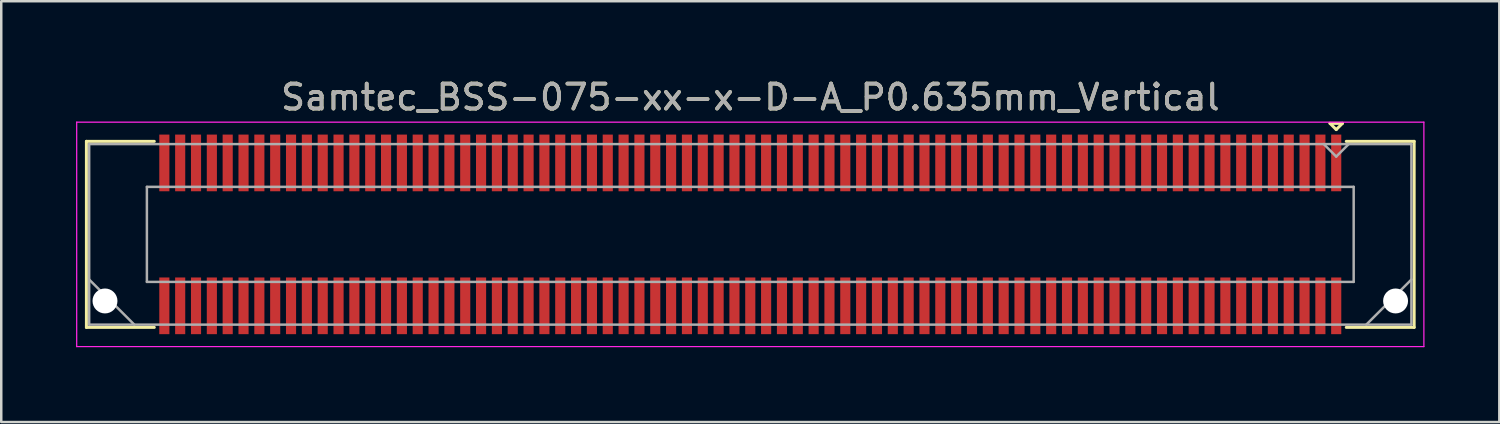
<source format=kicad_pcb>
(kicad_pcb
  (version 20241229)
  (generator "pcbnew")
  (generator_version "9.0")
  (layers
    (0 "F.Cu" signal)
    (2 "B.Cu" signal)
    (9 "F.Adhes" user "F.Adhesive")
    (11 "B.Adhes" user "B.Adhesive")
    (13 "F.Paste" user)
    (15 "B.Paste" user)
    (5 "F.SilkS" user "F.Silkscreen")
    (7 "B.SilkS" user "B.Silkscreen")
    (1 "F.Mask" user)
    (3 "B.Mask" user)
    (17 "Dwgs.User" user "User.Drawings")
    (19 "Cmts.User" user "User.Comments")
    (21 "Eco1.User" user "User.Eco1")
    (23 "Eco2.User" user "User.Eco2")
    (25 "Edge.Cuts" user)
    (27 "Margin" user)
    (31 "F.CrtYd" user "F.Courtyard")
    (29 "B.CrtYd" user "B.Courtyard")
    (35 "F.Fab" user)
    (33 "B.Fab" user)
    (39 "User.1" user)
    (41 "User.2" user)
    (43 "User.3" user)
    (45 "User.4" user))
  (footprint "Samtec_BSS-075-xx-x-D-A_P0.635mm_Vertical"
    (layer "F.Cu")
    (at 27.035 6.348)
    (property "Reference" "Samtec_BSS-075-xx-x-D-A_P0.635mm_Vertical" (at 0 -5.5 0) (layer "F.SilkS") (effects (font (size 1 1) (thickness 0.15))))
    (attr smd)
    (fp_line (start -26.62 -3.73) (end -23.898 -3.73) (stroke (width 0.12) (type solid)) (layer "F.SilkS"))
    (fp_line (start -26.62 3.73) (end -26.62 -3.73) (stroke (width 0.12) (type solid)) (layer "F.SilkS"))
    (fp_line (start -23.898 3.73) (end -26.62 3.73) (stroke (width 0.12) (type solid)) (layer "F.SilkS"))
    (fp_line (start 23.245 -4.452) (end 23.745 -4.452) (stroke (width 0.12) (type solid)) (layer "F.SilkS"))
    (fp_line (start 23.495 -4.202) (end 23.245 -4.452) (stroke (width 0.12) (type solid)) (layer "F.SilkS"))
    (fp_line (start 23.745 -4.452) (end 23.495 -4.202) (stroke (width 0.12) (type solid)) (layer "F.SilkS"))
    (fp_line (start 23.898 3.73) (end 26.62 3.73) (stroke (width 0.12) (type solid)) (layer "F.SilkS"))
    (fp_line (start 26.62 -3.73) (end 23.898 -3.73) (stroke (width 0.12) (type solid)) (layer "F.SilkS"))
    (fp_line (start 26.62 3.73) (end 26.62 -3.73) (stroke (width 0.12) (type solid)) (layer "F.SilkS"))
    (fp_line (start -27.01 -4.5) (end -27.01 4.5) (stroke (width 0.05) (type solid)) (layer "F.CrtYd"))
    (fp_line (start -27.01 4.5) (end 27.01 4.5) (stroke (width 0.05) (type solid)) (layer "F.CrtYd"))
    (fp_line (start 27.01 -4.5) (end -27.01 -4.5) (stroke (width 0.05) (type solid)) (layer "F.CrtYd"))
    (fp_line (start 27.01 4.5) (end 27.01 -4.5) (stroke (width 0.05) (type solid)) (layer "F.CrtYd"))
    (fp_line (start -26.51 -3.62) (end -26.51 3.62) (stroke (width 0.1) (type solid)) (layer "F.Fab"))
    (fp_line (start -26.51 1.81) (end -24.7 3.62) (stroke (width 0.1) (type solid)) (layer "F.Fab"))
    (fp_line (start -26.51 3.62) (end 26.51 3.62) (stroke (width 0.1) (type solid)) (layer "F.Fab"))
    (fp_line (start -24.195 -1.905) (end -24.195 1.905) (stroke (width 0.1) (type solid)) (layer "F.Fab"))
    (fp_line (start -24.195 1.905) (end 24.195 1.905) (stroke (width 0.1) (type solid)) (layer "F.Fab"))
    (fp_line (start 23.495 -3.12) (end 22.995 -3.62) (stroke (width 0.1) (type solid)) (layer "F.Fab"))
    (fp_line (start 23.995 -3.62) (end 23.495 -3.12) (stroke (width 0.1) (type solid)) (layer "F.Fab"))
    (fp_line (start 24.195 -1.905) (end -24.195 -1.905) (stroke (width 0.1) (type solid)) (layer "F.Fab"))
    (fp_line (start 24.195 1.905) (end 24.195 -1.905) (stroke (width 0.1) (type solid)) (layer "F.Fab"))
    (fp_line (start 26.51 -3.62) (end -26.51 -3.62) (stroke (width 0.1) (type solid)) (layer "F.Fab"))
    (fp_line (start 26.51 1.81) (end 24.7 3.62) (stroke (width 0.1) (type solid)) (layer "F.Fab"))
    (fp_line (start 26.51 3.62) (end 26.51 -3.62) (stroke (width 0.1) (type solid)) (layer "F.Fab"))
    (fp_text user "${REFERENCE}" (at 0 -5.5 0) (layer "F.Fab") (effects (font (size 1 1) (thickness 0.15))))
    (pad "" np_thru_hole circle (at -25.875 2.67) (size 1 1) (drill 1) (layers "*.Cu" "*.Mask"))
    (pad "" np_thru_hole circle (at 25.875 2.67) (size 1 1) (drill 1) (layers "*.Cu" "*.Mask"))
    (pad "1" smd rect (at 23.495 -2.865) (size 0.406 2.273) (layers "F.Cu" "F.Mask" "F.Paste"))
    (pad "2" smd rect (at 23.495 2.865) (size 0.406 2.273) (layers "F.Cu" "F.Mask" "F.Paste"))
    (pad "3" smd rect (at 22.86 -2.865) (size 0.406 2.273) (layers "F.Cu" "F.Mask" "F.Paste"))
    (pad "4" smd rect (at 22.86 2.865) (size 0.406 2.273) (layers "F.Cu" "F.Mask" "F.Paste"))
    (pad "5" smd rect (at 22.225 -2.865) (size 0.406 2.273) (layers "F.Cu" "F.Mask" "F.Paste"))
    (pad "6" smd rect (at 22.225 2.865) (size 0.406 2.273) (layers "F.Cu" "F.Mask" "F.Paste"))
    (pad "7" smd rect (at 21.59 -2.865) (size 0.406 2.273) (layers "F.Cu" "F.Mask" "F.Paste"))
    (pad "8" smd rect (at 21.59 2.865) (size 0.406 2.273) (layers "F.Cu" "F.Mask" "F.Paste"))
    (pad "9" smd rect (at 20.955 -2.865) (size 0.406 2.273) (layers "F.Cu" "F.Mask" "F.Paste"))
    (pad "10" smd rect (at 20.955 2.865) (size 0.406 2.273) (layers "F.Cu" "F.Mask" "F.Paste"))
    (pad "11" smd rect (at 20.32 -2.865) (size 0.406 2.273) (layers "F.Cu" "F.Mask" "F.Paste"))
    (pad "12" smd rect (at 20.32 2.865) (size 0.406 2.273) (layers "F.Cu" "F.Mask" "F.Paste"))
    (pad "13" smd rect (at 19.685 -2.865) (size 0.406 2.273) (layers "F.Cu" "F.Mask" "F.Paste"))
    (pad "14" smd rect (at 19.685 2.865) (size 0.406 2.273) (layers "F.Cu" "F.Mask" "F.Paste"))
    (pad "15" smd rect (at 19.05 -2.865) (size 0.406 2.273) (layers "F.Cu" "F.Mask" "F.Paste"))
    (pad "16" smd rect (at 19.05 2.865) (size 0.406 2.273) (layers "F.Cu" "F.Mask" "F.Paste"))
    (pad "17" smd rect (at 18.415 -2.865) (size 0.406 2.273) (layers "F.Cu" "F.Mask" "F.Paste"))
    (pad "18" smd rect (at 18.415 2.865) (size 0.406 2.273) (layers "F.Cu" "F.Mask" "F.Paste"))
    (pad "19" smd rect (at 17.78 -2.865) (size 0.406 2.273) (layers "F.Cu" "F.Mask" "F.Paste"))
    (pad "20" smd rect (at 17.78 2.865) (size 0.406 2.273) (layers "F.Cu" "F.Mask" "F.Paste"))
    (pad "21" smd rect (at 17.145 -2.865) (size 0.406 2.273) (layers "F.Cu" "F.Mask" "F.Paste"))
    (pad "22" smd rect (at 17.145 2.865) (size 0.406 2.273) (layers "F.Cu" "F.Mask" "F.Paste"))
    (pad "23" smd rect (at 16.51 -2.865) (size 0.406 2.273) (layers "F.Cu" "F.Mask" "F.Paste"))
    (pad "24" smd rect (at 16.51 2.865) (size 0.406 2.273) (layers "F.Cu" "F.Mask" "F.Paste"))
    (pad "25" smd rect (at 15.875 -2.865) (size 0.406 2.273) (layers "F.Cu" "F.Mask" "F.Paste"))
    (pad "26" smd rect (at 15.875 2.865) (size 0.406 2.273) (layers "F.Cu" "F.Mask" "F.Paste"))
    (pad "27" smd rect (at 15.24 -2.865) (size 0.406 2.273) (layers "F.Cu" "F.Mask" "F.Paste"))
    (pad "28" smd rect (at 15.24 2.865) (size 0.406 2.273) (layers "F.Cu" "F.Mask" "F.Paste"))
    (pad "29" smd rect (at 14.605 -2.865) (size 0.406 2.273) (layers "F.Cu" "F.Mask" "F.Paste"))
    (pad "30" smd rect (at 14.605 2.865) (size 0.406 2.273) (layers "F.Cu" "F.Mask" "F.Paste"))
    (pad "31" smd rect (at 13.97 -2.865) (size 0.406 2.273) (layers "F.Cu" "F.Mask" "F.Paste"))
    (pad "32" smd rect (at 13.97 2.865) (size 0.406 2.273) (layers "F.Cu" "F.Mask" "F.Paste"))
    (pad "33" smd rect (at 13.335 -2.865) (size 0.406 2.273) (layers "F.Cu" "F.Mask" "F.Paste"))
    (pad "34" smd rect (at 13.335 2.865) (size 0.406 2.273) (layers "F.Cu" "F.Mask" "F.Paste"))
    (pad "35" smd rect (at 12.7 -2.865) (size 0.406 2.273) (layers "F.Cu" "F.Mask" "F.Paste"))
    (pad "36" smd rect (at 12.7 2.865) (size 0.406 2.273) (layers "F.Cu" "F.Mask" "F.Paste"))
    (pad "37" smd rect (at 12.065 -2.865) (size 0.406 2.273) (layers "F.Cu" "F.Mask" "F.Paste"))
    (pad "38" smd rect (at 12.065 2.865) (size 0.406 2.273) (layers "F.Cu" "F.Mask" "F.Paste"))
    (pad "39" smd rect (at 11.43 -2.865) (size 0.406 2.273) (layers "F.Cu" "F.Mask" "F.Paste"))
    (pad "40" smd rect (at 11.43 2.865) (size 0.406 2.273) (layers "F.Cu" "F.Mask" "F.Paste"))
    (pad "41" smd rect (at 10.795 -2.865) (size 0.406 2.273) (layers "F.Cu" "F.Mask" "F.Paste"))
    (pad "42" smd rect (at 10.795 2.865) (size 0.406 2.273) (layers "F.Cu" "F.Mask" "F.Paste"))
    (pad "43" smd rect (at 10.16 -2.865) (size 0.406 2.273) (layers "F.Cu" "F.Mask" "F.Paste"))
    (pad "44" smd rect (at 10.16 2.865) (size 0.406 2.273) (layers "F.Cu" "F.Mask" "F.Paste"))
    (pad "45" smd rect (at 9.525 -2.865) (size 0.406 2.273) (layers "F.Cu" "F.Mask" "F.Paste"))
    (pad "46" smd rect (at 9.525 2.865) (size 0.406 2.273) (layers "F.Cu" "F.Mask" "F.Paste"))
    (pad "47" smd rect (at 8.89 -2.865) (size 0.406 2.273) (layers "F.Cu" "F.Mask" "F.Paste"))
    (pad "48" smd rect (at 8.89 2.865) (size 0.406 2.273) (layers "F.Cu" "F.Mask" "F.Paste"))
    (pad "49" smd rect (at 8.255 -2.865) (size 0.406 2.273) (layers "F.Cu" "F.Mask" "F.Paste"))
    (pad "50" smd rect (at 8.255 2.865) (size 0.406 2.273) (layers "F.Cu" "F.Mask" "F.Paste"))
    (pad "51" smd rect (at 7.62 -2.865) (size 0.406 2.273) (layers "F.Cu" "F.Mask" "F.Paste"))
    (pad "52" smd rect (at 7.62 2.865) (size 0.406 2.273) (layers "F.Cu" "F.Mask" "F.Paste"))
    (pad "53" smd rect (at 6.985 -2.865) (size 0.406 2.273) (layers "F.Cu" "F.Mask" "F.Paste"))
    (pad "54" smd rect (at 6.985 2.865) (size 0.406 2.273) (layers "F.Cu" "F.Mask" "F.Paste"))
    (pad "55" smd rect (at 6.35 -2.865) (size 0.406 2.273) (layers "F.Cu" "F.Mask" "F.Paste"))
    (pad "56" smd rect (at 6.35 2.865) (size 0.406 2.273) (layers "F.Cu" "F.Mask" "F.Paste"))
    (pad "57" smd rect (at 5.715 -2.865) (size 0.406 2.273) (layers "F.Cu" "F.Mask" "F.Paste"))
    (pad "58" smd rect (at 5.715 2.865) (size 0.406 2.273) (layers "F.Cu" "F.Mask" "F.Paste"))
    (pad "59" smd rect (at 5.08 -2.865) (size 0.406 2.273) (layers "F.Cu" "F.Mask" "F.Paste"))
    (pad "60" smd rect (at 5.08 2.865) (size 0.406 2.273) (layers "F.Cu" "F.Mask" "F.Paste"))
    (pad "61" smd rect (at 4.445 -2.865) (size 0.406 2.273) (layers "F.Cu" "F.Mask" "F.Paste"))
    (pad "62" smd rect (at 4.445 2.865) (size 0.406 2.273) (layers "F.Cu" "F.Mask" "F.Paste"))
    (pad "63" smd rect (at 3.81 -2.865) (size 0.406 2.273) (layers "F.Cu" "F.Mask" "F.Paste"))
    (pad "64" smd rect (at 3.81 2.865) (size 0.406 2.273) (layers "F.Cu" "F.Mask" "F.Paste"))
    (pad "65" smd rect (at 3.175 -2.865) (size 0.406 2.273) (layers "F.Cu" "F.Mask" "F.Paste"))
    (pad "66" smd rect (at 3.175 2.865) (size 0.406 2.273) (layers "F.Cu" "F.Mask" "F.Paste"))
    (pad "67" smd rect (at 2.54 -2.865) (size 0.406 2.273) (layers "F.Cu" "F.Mask" "F.Paste"))
    (pad "68" smd rect (at 2.54 2.865) (size 0.406 2.273) (layers "F.Cu" "F.Mask" "F.Paste"))
    (pad "69" smd rect (at 1.905 -2.865) (size 0.406 2.273) (layers "F.Cu" "F.Mask" "F.Paste"))
    (pad "70" smd rect (at 1.905 2.865) (size 0.406 2.273) (layers "F.Cu" "F.Mask" "F.Paste"))
    (pad "71" smd rect (at 1.27 -2.865) (size 0.406 2.273) (layers "F.Cu" "F.Mask" "F.Paste"))
    (pad "72" smd rect (at 1.27 2.865) (size 0.406 2.273) (layers "F.Cu" "F.Mask" "F.Paste"))
    (pad "73" smd rect (at 0.635 -2.865) (size 0.406 2.273) (layers "F.Cu" "F.Mask" "F.Paste"))
    (pad "74" smd rect (at 0.635 2.865) (size 0.406 2.273) (layers "F.Cu" "F.Mask" "F.Paste"))
    (pad "75" smd rect (at 0 -2.865) (size 0.406 2.273) (layers "F.Cu" "F.Mask" "F.Paste"))
    (pad "76" smd rect (at 0 2.865) (size 0.406 2.273) (layers "F.Cu" "F.Mask" "F.Paste"))
    (pad "77" smd rect (at -0.635 -2.865) (size 0.406 2.273) (layers "F.Cu" "F.Mask" "F.Paste"))
    (pad "78" smd rect (at -0.635 2.865) (size 0.406 2.273) (layers "F.Cu" "F.Mask" "F.Paste"))
    (pad "79" smd rect (at -1.27 -2.865) (size 0.406 2.273) (layers "F.Cu" "F.Mask" "F.Paste"))
    (pad "80" smd rect (at -1.27 2.865) (size 0.406 2.273) (layers "F.Cu" "F.Mask" "F.Paste"))
    (pad "81" smd rect (at -1.905 -2.865) (size 0.406 2.273) (layers "F.Cu" "F.Mask" "F.Paste"))
    (pad "82" smd rect (at -1.905 2.865) (size 0.406 2.273) (layers "F.Cu" "F.Mask" "F.Paste"))
    (pad "83" smd rect (at -2.54 -2.865) (size 0.406 2.273) (layers "F.Cu" "F.Mask" "F.Paste"))
    (pad "84" smd rect (at -2.54 2.865) (size 0.406 2.273) (layers "F.Cu" "F.Mask" "F.Paste"))
    (pad "85" smd rect (at -3.175 -2.865) (size 0.406 2.273) (layers "F.Cu" "F.Mask" "F.Paste"))
    (pad "86" smd rect (at -3.175 2.865) (size 0.406 2.273) (layers "F.Cu" "F.Mask" "F.Paste"))
    (pad "87" smd rect (at -3.81 -2.865) (size 0.406 2.273) (layers "F.Cu" "F.Mask" "F.Paste"))
    (pad "88" smd rect (at -3.81 2.865) (size 0.406 2.273) (layers "F.Cu" "F.Mask" "F.Paste"))
    (pad "89" smd rect (at -4.445 -2.865) (size 0.406 2.273) (layers "F.Cu" "F.Mask" "F.Paste"))
    (pad "90" smd rect (at -4.445 2.865) (size 0.406 2.273) (layers "F.Cu" "F.Mask" "F.Paste"))
    (pad "91" smd rect (at -5.08 -2.865) (size 0.406 2.273) (layers "F.Cu" "F.Mask" "F.Paste"))
    (pad "92" smd rect (at -5.08 2.865) (size 0.406 2.273) (layers "F.Cu" "F.Mask" "F.Paste"))
    (pad "93" smd rect (at -5.715 -2.865) (size 0.406 2.273) (layers "F.Cu" "F.Mask" "F.Paste"))
    (pad "94" smd rect (at -5.715 2.865) (size 0.406 2.273) (layers "F.Cu" "F.Mask" "F.Paste"))
    (pad "95" smd rect (at -6.35 -2.865) (size 0.406 2.273) (layers "F.Cu" "F.Mask" "F.Paste"))
    (pad "96" smd rect (at -6.35 2.865) (size 0.406 2.273) (layers "F.Cu" "F.Mask" "F.Paste"))
    (pad "97" smd rect (at -6.985 -2.865) (size 0.406 2.273) (layers "F.Cu" "F.Mask" "F.Paste"))
    (pad "98" smd rect (at -6.985 2.865) (size 0.406 2.273) (layers "F.Cu" "F.Mask" "F.Paste"))
    (pad "99" smd rect (at -7.62 -2.865) (size 0.406 2.273) (layers "F.Cu" "F.Mask" "F.Paste"))
    (pad "100" smd rect (at -7.62 2.865) (size 0.406 2.273) (layers "F.Cu" "F.Mask" "F.Paste"))
    (pad "101" smd rect (at -8.255 -2.865) (size 0.406 2.273) (layers "F.Cu" "F.Mask" "F.Paste"))
    (pad "102" smd rect (at -8.255 2.865) (size 0.406 2.273) (layers "F.Cu" "F.Mask" "F.Paste"))
    (pad "103" smd rect (at -8.89 -2.865) (size 0.406 2.273) (layers "F.Cu" "F.Mask" "F.Paste"))
    (pad "104" smd rect (at -8.89 2.865) (size 0.406 2.273) (layers "F.Cu" "F.Mask" "F.Paste"))
    (pad "105" smd rect (at -9.525 -2.865) (size 0.406 2.273) (layers "F.Cu" "F.Mask" "F.Paste"))
    (pad "106" smd rect (at -9.525 2.865) (size 0.406 2.273) (layers "F.Cu" "F.Mask" "F.Paste"))
    (pad "107" smd rect (at -10.16 -2.865) (size 0.406 2.273) (layers "F.Cu" "F.Mask" "F.Paste"))
    (pad "108" smd rect (at -10.16 2.865) (size 0.406 2.273) (layers "F.Cu" "F.Mask" "F.Paste"))
    (pad "109" smd rect (at -10.795 -2.865) (size 0.406 2.273) (layers "F.Cu" "F.Mask" "F.Paste"))
    (pad "110" smd rect (at -10.795 2.865) (size 0.406 2.273) (layers "F.Cu" "F.Mask" "F.Paste"))
    (pad "111" smd rect (at -11.43 -2.865) (size 0.406 2.273) (layers "F.Cu" "F.Mask" "F.Paste"))
    (pad "112" smd rect (at -11.43 2.865) (size 0.406 2.273) (layers "F.Cu" "F.Mask" "F.Paste"))
    (pad "113" smd rect (at -12.065 -2.865) (size 0.406 2.273) (layers "F.Cu" "F.Mask" "F.Paste"))
    (pad "114" smd rect (at -12.065 2.865) (size 0.406 2.273) (layers "F.Cu" "F.Mask" "F.Paste"))
    (pad "115" smd rect (at -12.7 -2.865) (size 0.406 2.273) (layers "F.Cu" "F.Mask" "F.Paste"))
    (pad "116" smd rect (at -12.7 2.865) (size 0.406 2.273) (layers "F.Cu" "F.Mask" "F.Paste"))
    (pad "117" smd rect (at -13.335 -2.865) (size 0.406 2.273) (layers "F.Cu" "F.Mask" "F.Paste"))
    (pad "118" smd rect (at -13.335 2.865) (size 0.406 2.273) (layers "F.Cu" "F.Mask" "F.Paste"))
    (pad "119" smd rect (at -13.97 -2.865) (size 0.406 2.273) (layers "F.Cu" "F.Mask" "F.Paste"))
    (pad "120" smd rect (at -13.97 2.865) (size 0.406 2.273) (layers "F.Cu" "F.Mask" "F.Paste"))
    (pad "121" smd rect (at -14.605 -2.865) (size 0.406 2.273) (layers "F.Cu" "F.Mask" "F.Paste"))
    (pad "122" smd rect (at -14.605 2.865) (size 0.406 2.273) (layers "F.Cu" "F.Mask" "F.Paste"))
    (pad "123" smd rect (at -15.24 -2.865) (size 0.406 2.273) (layers "F.Cu" "F.Mask" "F.Paste"))
    (pad "124" smd rect (at -15.24 2.865) (size 0.406 2.273) (layers "F.Cu" "F.Mask" "F.Paste"))
    (pad "125" smd rect (at -15.875 -2.865) (size 0.406 2.273) (layers "F.Cu" "F.Mask" "F.Paste"))
    (pad "126" smd rect (at -15.875 2.865) (size 0.406 2.273) (layers "F.Cu" "F.Mask" "F.Paste"))
    (pad "127" smd rect (at -16.51 -2.865) (size 0.406 2.273) (layers "F.Cu" "F.Mask" "F.Paste"))
    (pad "128" smd rect (at -16.51 2.865) (size 0.406 2.273) (layers "F.Cu" "F.Mask" "F.Paste"))
    (pad "129" smd rect (at -17.145 -2.865) (size 0.406 2.273) (layers "F.Cu" "F.Mask" "F.Paste"))
    (pad "130" smd rect (at -17.145 2.865) (size 0.406 2.273) (layers "F.Cu" "F.Mask" "F.Paste"))
    (pad "131" smd rect (at -17.78 -2.865) (size 0.406 2.273) (layers "F.Cu" "F.Mask" "F.Paste"))
    (pad "132" smd rect (at -17.78 2.865) (size 0.406 2.273) (layers "F.Cu" "F.Mask" "F.Paste"))
    (pad "133" smd rect (at -18.415 -2.865) (size 0.406 2.273) (layers "F.Cu" "F.Mask" "F.Paste"))
    (pad "134" smd rect (at -18.415 2.865) (size 0.406 2.273) (layers "F.Cu" "F.Mask" "F.Paste"))
    (pad "135" smd rect (at -19.05 -2.865) (size 0.406 2.273) (layers "F.Cu" "F.Mask" "F.Paste"))
    (pad "136" smd rect (at -19.05 2.865) (size 0.406 2.273) (layers "F.Cu" "F.Mask" "F.Paste"))
    (pad "137" smd rect (at -19.685 -2.865) (size 0.406 2.273) (layers "F.Cu" "F.Mask" "F.Paste"))
    (pad "138" smd rect (at -19.685 2.865) (size 0.406 2.273) (layers "F.Cu" "F.Mask" "F.Paste"))
    (pad "139" smd rect (at -20.32 -2.865) (size 0.406 2.273) (layers "F.Cu" "F.Mask" "F.Paste"))
    (pad "140" smd rect (at -20.32 2.865) (size 0.406 2.273) (layers "F.Cu" "F.Mask" "F.Paste"))
    (pad "141" smd rect (at -20.955 -2.865) (size 0.406 2.273) (layers "F.Cu" "F.Mask" "F.Paste"))
    (pad "142" smd rect (at -20.955 2.865) (size 0.406 2.273) (layers "F.Cu" "F.Mask" "F.Paste"))
    (pad "143" smd rect (at -21.59 -2.865) (size 0.406 2.273) (layers "F.Cu" "F.Mask" "F.Paste"))
    (pad "144" smd rect (at -21.59 2.865) (size 0.406 2.273) (layers "F.Cu" "F.Mask" "F.Paste"))
    (pad "145" smd rect (at -22.225 -2.865) (size 0.406 2.273) (layers "F.Cu" "F.Mask" "F.Paste"))
    (pad "146" smd rect (at -22.225 2.865) (size 0.406 2.273) (layers "F.Cu" "F.Mask" "F.Paste"))
    (pad "147" smd rect (at -22.86 -2.865) (size 0.406 2.273) (layers "F.Cu" "F.Mask" "F.Paste"))
    (pad "148" smd rect (at -22.86 2.865) (size 0.406 2.273) (layers "F.Cu" "F.Mask" "F.Paste"))
    (pad "149" smd rect (at -23.495 -2.865) (size 0.406 2.273) (layers "F.Cu" "F.Mask" "F.Paste"))
    (pad "150" smd rect (at -23.495 2.865) (size 0.406 2.273) (layers "F.Cu" "F.Mask" "F.Paste")))
  (gr_rect
    (start -3 -3)
    (end 57.07 13.873)
    (stroke (width 0.1) (type default))
    (fill no)
    (layer "Edge.Cuts")))
</source>
